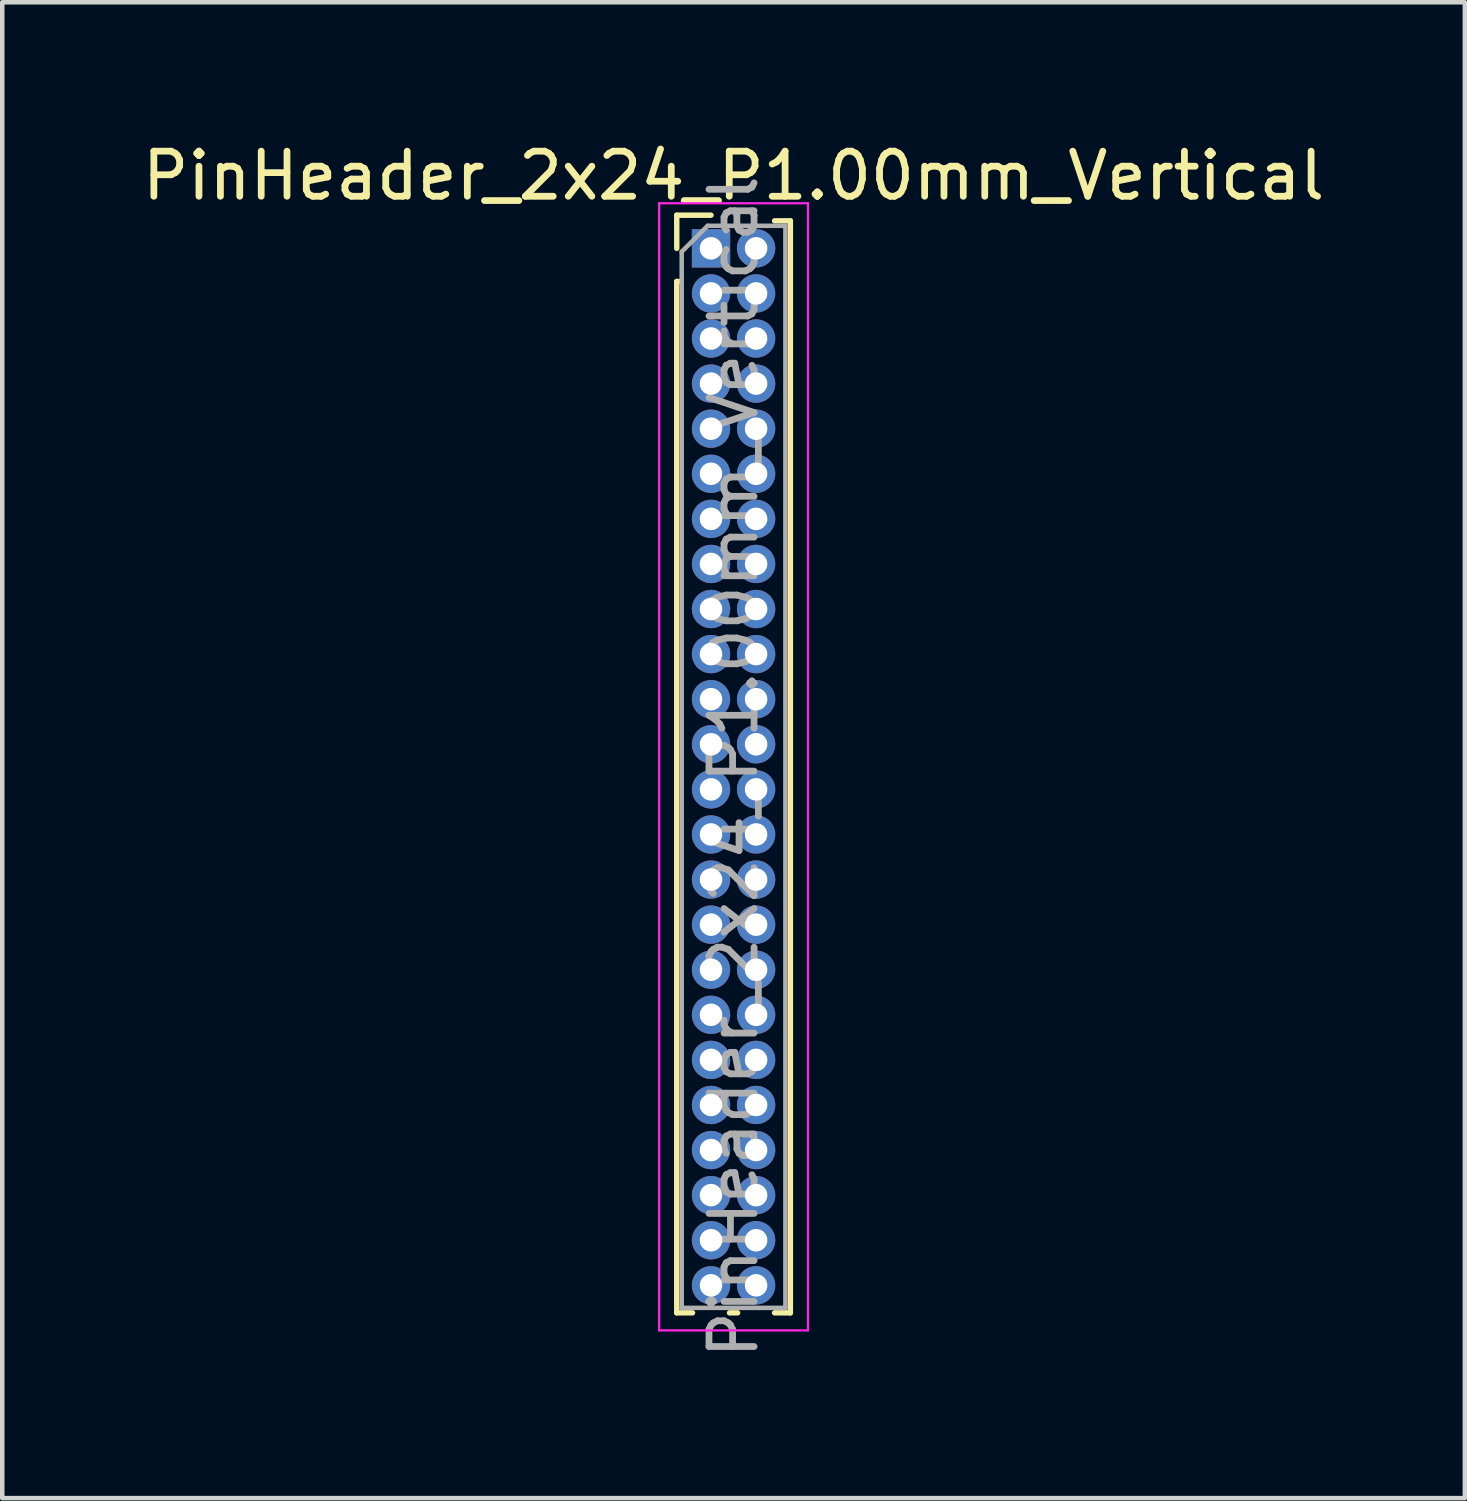
<source format=kicad_pcb>
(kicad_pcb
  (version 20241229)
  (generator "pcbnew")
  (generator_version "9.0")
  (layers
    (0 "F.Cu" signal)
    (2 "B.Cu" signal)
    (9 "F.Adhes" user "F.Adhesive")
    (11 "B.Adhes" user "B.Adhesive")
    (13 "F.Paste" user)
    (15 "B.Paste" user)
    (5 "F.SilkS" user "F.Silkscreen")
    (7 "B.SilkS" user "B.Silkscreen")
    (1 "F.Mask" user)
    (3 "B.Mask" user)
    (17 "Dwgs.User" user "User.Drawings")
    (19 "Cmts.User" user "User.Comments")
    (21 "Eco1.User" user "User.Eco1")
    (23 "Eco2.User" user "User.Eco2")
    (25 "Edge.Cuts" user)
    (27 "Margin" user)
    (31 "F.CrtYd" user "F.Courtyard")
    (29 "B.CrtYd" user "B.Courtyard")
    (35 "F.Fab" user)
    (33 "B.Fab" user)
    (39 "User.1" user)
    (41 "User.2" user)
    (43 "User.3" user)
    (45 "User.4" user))
  (footprint "PinHeader_2x24_P1.00mm_Vertical"
    (layer "F.Cu")
    (at 12.72 2.458)
    (property "Reference" "PinHeader_2x24_P1.00mm_Vertical" (at 0.5 -1.61 0) (layer "F.SilkS") (effects (font (size 1 1) (thickness 0.15))))
    (attr through_hole)
    (fp_line (start -0.76 -0.735) (end 0 -0.735) (stroke (width 0.12) (type solid)) (layer "F.SilkS"))
    (fp_line (start -0.76 0) (end -0.76 -0.735) (stroke (width 0.12) (type solid)) (layer "F.SilkS"))
    (fp_line (start -0.76 0.735) (end -0.76 23.61) (stroke (width 0.12) (type solid)) (layer "F.SilkS"))
    (fp_line (start -0.76 0.735) (end -0.686 0.735) (stroke (width 0.12) (type solid)) (layer "F.SilkS"))
    (fp_line (start -0.76 23.61) (end -0.41 23.61) (stroke (width 0.12) (type solid)) (layer "F.SilkS"))
    (fp_line (start 0.41 23.61) (end 0.59 23.61) (stroke (width 0.12) (type solid)) (layer "F.SilkS"))
    (fp_line (start 1.41 -0.61) (end 1.76 -0.61) (stroke (width 0.12) (type solid)) (layer "F.SilkS"))
    (fp_line (start 1.41 23.61) (end 1.76 23.61) (stroke (width 0.12) (type solid)) (layer "F.SilkS"))
    (fp_line (start 1.76 -0.61) (end 1.76 23.61) (stroke (width 0.12) (type solid)) (layer "F.SilkS"))
    (fp_line (start -1.15 -1) (end -1.15 24) (stroke (width 0.05) (type solid)) (layer "F.CrtYd"))
    (fp_line (start -1.15 24) (end 2.15 24) (stroke (width 0.05) (type solid)) (layer "F.CrtYd"))
    (fp_line (start 2.15 -1) (end -1.15 -1) (stroke (width 0.05) (type solid)) (layer "F.CrtYd"))
    (fp_line (start 2.15 24) (end 2.15 -1) (stroke (width 0.05) (type solid)) (layer "F.CrtYd"))
    (fp_line (start -0.65 0.075) (end -0.075 -0.5) (stroke (width 0.1) (type solid)) (layer "F.Fab"))
    (fp_line (start -0.65 23.5) (end -0.65 0.075) (stroke (width 0.1) (type solid)) (layer "F.Fab"))
    (fp_line (start -0.075 -0.5) (end 1.65 -0.5) (stroke (width 0.1) (type solid)) (layer "F.Fab"))
    (fp_line (start 1.65 -0.5) (end 1.65 23.5) (stroke (width 0.1) (type solid)) (layer "F.Fab"))
    (fp_line (start 1.65 23.5) (end -0.65 23.5) (stroke (width 0.1) (type solid)) (layer "F.Fab"))
    (fp_text user "${REFERENCE}" (at 0.5 11.5 90) (layer "F.Fab") (effects (font (size 1 1) (thickness 0.15))))
    (pad "1" thru_hole rect (at 0 0) (size 0.85 0.85) (drill 0.5) (layers "*.Cu" "*.Mask"))
    (pad "2" thru_hole circle (at 1 0) (size 0.85 0.85) (drill 0.5) (layers "*.Cu" "*.Mask"))
    (pad "3" thru_hole circle (at 0 1) (size 0.85 0.85) (drill 0.5) (layers "*.Cu" "*.Mask"))
    (pad "4" thru_hole circle (at 1 1) (size 0.85 0.85) (drill 0.5) (layers "*.Cu" "*.Mask"))
    (pad "5" thru_hole circle (at 0 2) (size 0.85 0.85) (drill 0.5) (layers "*.Cu" "*.Mask"))
    (pad "6" thru_hole circle (at 1 2) (size 0.85 0.85) (drill 0.5) (layers "*.Cu" "*.Mask"))
    (pad "7" thru_hole circle (at 0 3) (size 0.85 0.85) (drill 0.5) (layers "*.Cu" "*.Mask"))
    (pad "8" thru_hole circle (at 1 3) (size 0.85 0.85) (drill 0.5) (layers "*.Cu" "*.Mask"))
    (pad "9" thru_hole circle (at 0 4) (size 0.85 0.85) (drill 0.5) (layers "*.Cu" "*.Mask"))
    (pad "10" thru_hole circle (at 1 4) (size 0.85 0.85) (drill 0.5) (layers "*.Cu" "*.Mask"))
    (pad "11" thru_hole circle (at 0 5) (size 0.85 0.85) (drill 0.5) (layers "*.Cu" "*.Mask"))
    (pad "12" thru_hole circle (at 1 5) (size 0.85 0.85) (drill 0.5) (layers "*.Cu" "*.Mask"))
    (pad "13" thru_hole circle (at 0 6) (size 0.85 0.85) (drill 0.5) (layers "*.Cu" "*.Mask"))
    (pad "14" thru_hole circle (at 1 6) (size 0.85 0.85) (drill 0.5) (layers "*.Cu" "*.Mask"))
    (pad "15" thru_hole circle (at 0 7) (size 0.85 0.85) (drill 0.5) (layers "*.Cu" "*.Mask"))
    (pad "16" thru_hole circle (at 1 7) (size 0.85 0.85) (drill 0.5) (layers "*.Cu" "*.Mask"))
    (pad "17" thru_hole circle (at 0 8) (size 0.85 0.85) (drill 0.5) (layers "*.Cu" "*.Mask"))
    (pad "18" thru_hole circle (at 1 8) (size 0.85 0.85) (drill 0.5) (layers "*.Cu" "*.Mask"))
    (pad "19" thru_hole circle (at 0 9) (size 0.85 0.85) (drill 0.5) (layers "*.Cu" "*.Mask"))
    (pad "20" thru_hole circle (at 1 9) (size 0.85 0.85) (drill 0.5) (layers "*.Cu" "*.Mask"))
    (pad "21" thru_hole circle (at 0 10) (size 0.85 0.85) (drill 0.5) (layers "*.Cu" "*.Mask"))
    (pad "22" thru_hole circle (at 1 10) (size 0.85 0.85) (drill 0.5) (layers "*.Cu" "*.Mask"))
    (pad "23" thru_hole circle (at 0 11) (size 0.85 0.85) (drill 0.5) (layers "*.Cu" "*.Mask"))
    (pad "24" thru_hole circle (at 1 11) (size 0.85 0.85) (drill 0.5) (layers "*.Cu" "*.Mask"))
    (pad "25" thru_hole circle (at 0 12) (size 0.85 0.85) (drill 0.5) (layers "*.Cu" "*.Mask"))
    (pad "26" thru_hole circle (at 1 12) (size 0.85 0.85) (drill 0.5) (layers "*.Cu" "*.Mask"))
    (pad "27" thru_hole circle (at 0 13) (size 0.85 0.85) (drill 0.5) (layers "*.Cu" "*.Mask"))
    (pad "28" thru_hole circle (at 1 13) (size 0.85 0.85) (drill 0.5) (layers "*.Cu" "*.Mask"))
    (pad "29" thru_hole circle (at 0 14) (size 0.85 0.85) (drill 0.5) (layers "*.Cu" "*.Mask"))
    (pad "30" thru_hole circle (at 1 14) (size 0.85 0.85) (drill 0.5) (layers "*.Cu" "*.Mask"))
    (pad "31" thru_hole circle (at 0 15) (size 0.85 0.85) (drill 0.5) (layers "*.Cu" "*.Mask"))
    (pad "32" thru_hole circle (at 1 15) (size 0.85 0.85) (drill 0.5) (layers "*.Cu" "*.Mask"))
    (pad "33" thru_hole circle (at 0 16) (size 0.85 0.85) (drill 0.5) (layers "*.Cu" "*.Mask"))
    (pad "34" thru_hole circle (at 1 16) (size 0.85 0.85) (drill 0.5) (layers "*.Cu" "*.Mask"))
    (pad "35" thru_hole circle (at 0 17) (size 0.85 0.85) (drill 0.5) (layers "*.Cu" "*.Mask"))
    (pad "36" thru_hole circle (at 1 17) (size 0.85 0.85) (drill 0.5) (layers "*.Cu" "*.Mask"))
    (pad "37" thru_hole circle (at 0 18) (size 0.85 0.85) (drill 0.5) (layers "*.Cu" "*.Mask"))
    (pad "38" thru_hole circle (at 1 18) (size 0.85 0.85) (drill 0.5) (layers "*.Cu" "*.Mask"))
    (pad "39" thru_hole circle (at 0 19) (size 0.85 0.85) (drill 0.5) (layers "*.Cu" "*.Mask"))
    (pad "40" thru_hole circle (at 1 19) (size 0.85 0.85) (drill 0.5) (layers "*.Cu" "*.Mask"))
    (pad "41" thru_hole circle (at 0 20) (size 0.85 0.85) (drill 0.5) (layers "*.Cu" "*.Mask"))
    (pad "42" thru_hole circle (at 1 20) (size 0.85 0.85) (drill 0.5) (layers "*.Cu" "*.Mask"))
    (pad "43" thru_hole circle (at 0 21) (size 0.85 0.85) (drill 0.5) (layers "*.Cu" "*.Mask"))
    (pad "44" thru_hole circle (at 1 21) (size 0.85 0.85) (drill 0.5) (layers "*.Cu" "*.Mask"))
    (pad "45" thru_hole circle (at 0 22) (size 0.85 0.85) (drill 0.5) (layers "*.Cu" "*.Mask"))
    (pad "46" thru_hole circle (at 1 22) (size 0.85 0.85) (drill 0.5) (layers "*.Cu" "*.Mask"))
    (pad "47" thru_hole circle (at 0 23) (size 0.85 0.85) (drill 0.5) (layers "*.Cu" "*.Mask"))
    (pad "48" thru_hole circle (at 1 23) (size 0.85 0.85) (drill 0.5) (layers "*.Cu" "*.Mask")))
  (gr_rect
    (start -3 -3)
    (end 29.44 30.178)
    (stroke (width 0.1) (type default))
    (fill no)
    (layer "Edge.Cuts")))
</source>
